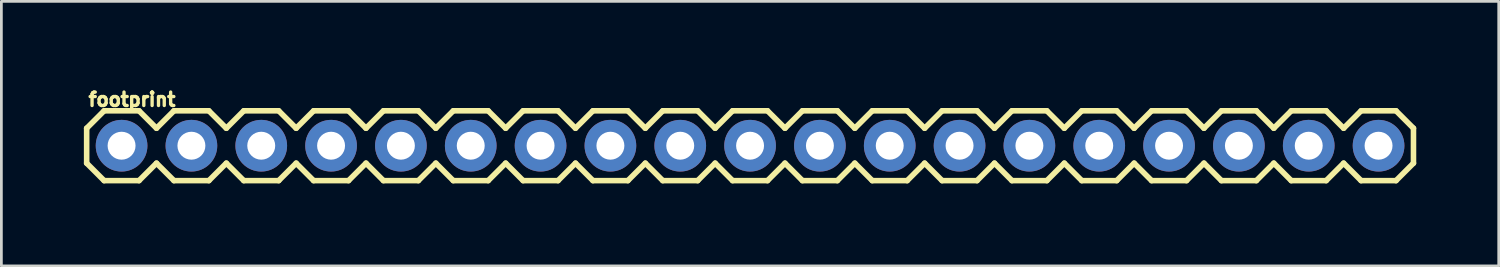
<source format=kicad_pcb>
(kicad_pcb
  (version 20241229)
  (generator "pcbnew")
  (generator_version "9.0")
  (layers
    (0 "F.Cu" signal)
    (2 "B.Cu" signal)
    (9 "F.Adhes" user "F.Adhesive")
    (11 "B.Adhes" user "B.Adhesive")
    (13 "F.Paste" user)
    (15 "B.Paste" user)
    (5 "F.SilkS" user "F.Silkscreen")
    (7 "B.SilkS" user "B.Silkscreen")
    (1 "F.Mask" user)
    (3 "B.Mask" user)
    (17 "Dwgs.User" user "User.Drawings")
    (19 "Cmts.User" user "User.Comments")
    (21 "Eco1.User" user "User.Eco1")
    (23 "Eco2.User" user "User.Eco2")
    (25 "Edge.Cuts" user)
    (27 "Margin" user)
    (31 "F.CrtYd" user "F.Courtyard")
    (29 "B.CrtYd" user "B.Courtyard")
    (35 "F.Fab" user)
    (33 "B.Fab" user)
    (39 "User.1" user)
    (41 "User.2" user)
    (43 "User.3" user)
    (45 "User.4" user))
  (footprint "footprint"
    (layer "F.Cu")
    (at 1.372 2.25)
    (property "Reference" "footprint" (at -1.27 -1.397 0) (layer "F.SilkS") (effects (font (size 0.488 0.488) (thickness 0.122)) (justify left bottom)))
    (fp_line (start -1.27 -0.635) (end -1.27 0.635) (stroke (width 0.203) (type solid)) (layer "F.SilkS"))
    (fp_line (start -1.27 0.635) (end -0.635 1.27) (stroke (width 0.203) (type solid)) (layer "F.SilkS"))
    (fp_line (start -0.635 -1.27) (end -1.27 -0.635) (stroke (width 0.203) (type solid)) (layer "F.SilkS"))
    (fp_line (start -0.635 -1.27) (end 0.635 -1.27) (stroke (width 0.203) (type solid)) (layer "F.SilkS"))
    (fp_line (start 0.635 -1.27) (end 1.27 -0.635) (stroke (width 0.203) (type solid)) (layer "F.SilkS"))
    (fp_line (start 0.635 1.27) (end -0.635 1.27) (stroke (width 0.203) (type solid)) (layer "F.SilkS"))
    (fp_line (start 1.27 -0.635) (end 1.905 -1.27) (stroke (width 0.203) (type solid)) (layer "F.SilkS"))
    (fp_line (start 1.27 0.635) (end 0.635 1.27) (stroke (width 0.203) (type solid)) (layer "F.SilkS"))
    (fp_line (start 1.905 -1.27) (end 3.175 -1.27) (stroke (width 0.203) (type solid)) (layer "F.SilkS"))
    (fp_line (start 1.905 1.27) (end 1.27 0.635) (stroke (width 0.203) (type solid)) (layer "F.SilkS"))
    (fp_line (start 3.175 -1.27) (end 3.81 -0.635) (stroke (width 0.203) (type solid)) (layer "F.SilkS"))
    (fp_line (start 3.175 1.27) (end 1.905 1.27) (stroke (width 0.203) (type solid)) (layer "F.SilkS"))
    (fp_line (start 3.81 -0.635) (end 4.445 -1.27) (stroke (width 0.203) (type solid)) (layer "F.SilkS"))
    (fp_line (start 3.81 0.635) (end 3.175 1.27) (stroke (width 0.203) (type solid)) (layer "F.SilkS"))
    (fp_line (start 4.445 -1.27) (end 5.715 -1.27) (stroke (width 0.203) (type solid)) (layer "F.SilkS"))
    (fp_line (start 4.445 1.27) (end 3.81 0.635) (stroke (width 0.203) (type solid)) (layer "F.SilkS"))
    (fp_line (start 5.715 -1.27) (end 6.35 -0.635) (stroke (width 0.203) (type solid)) (layer "F.SilkS"))
    (fp_line (start 5.715 1.27) (end 4.445 1.27) (stroke (width 0.203) (type solid)) (layer "F.SilkS"))
    (fp_line (start 6.35 0.635) (end 5.715 1.27) (stroke (width 0.203) (type solid)) (layer "F.SilkS"))
    (fp_line (start 6.35 0.635) (end 6.985 1.27) (stroke (width 0.203) (type solid)) (layer "F.SilkS"))
    (fp_line (start 6.985 -1.27) (end 6.35 -0.635) (stroke (width 0.203) (type solid)) (layer "F.SilkS"))
    (fp_line (start 6.985 -1.27) (end 8.255 -1.27) (stroke (width 0.203) (type solid)) (layer "F.SilkS"))
    (fp_line (start 8.255 -1.27) (end 8.89 -0.635) (stroke (width 0.203) (type solid)) (layer "F.SilkS"))
    (fp_line (start 8.255 1.27) (end 6.985 1.27) (stroke (width 0.203) (type solid)) (layer "F.SilkS"))
    (fp_line (start 8.89 -0.635) (end 9.525 -1.27) (stroke (width 0.203) (type solid)) (layer "F.SilkS"))
    (fp_line (start 8.89 0.635) (end 8.255 1.27) (stroke (width 0.203) (type solid)) (layer "F.SilkS"))
    (fp_line (start 9.525 -1.27) (end 10.795 -1.27) (stroke (width 0.203) (type solid)) (layer "F.SilkS"))
    (fp_line (start 9.525 1.27) (end 8.89 0.635) (stroke (width 0.203) (type solid)) (layer "F.SilkS"))
    (fp_line (start 10.795 -1.27) (end 11.43 -0.635) (stroke (width 0.203) (type solid)) (layer "F.SilkS"))
    (fp_line (start 10.795 1.27) (end 9.525 1.27) (stroke (width 0.203) (type solid)) (layer "F.SilkS"))
    (fp_line (start 11.43 -0.635) (end 12.065 -1.27) (stroke (width 0.203) (type solid)) (layer "F.SilkS"))
    (fp_line (start 11.43 0.635) (end 10.795 1.27) (stroke (width 0.203) (type solid)) (layer "F.SilkS"))
    (fp_line (start 12.065 -1.27) (end 13.335 -1.27) (stroke (width 0.203) (type solid)) (layer "F.SilkS"))
    (fp_line (start 12.065 1.27) (end 11.43 0.635) (stroke (width 0.203) (type solid)) (layer "F.SilkS"))
    (fp_line (start 13.335 -1.27) (end 13.97 -0.635) (stroke (width 0.203) (type solid)) (layer "F.SilkS"))
    (fp_line (start 13.335 1.27) (end 12.065 1.27) (stroke (width 0.203) (type solid)) (layer "F.SilkS"))
    (fp_line (start 13.97 0.635) (end 13.335 1.27) (stroke (width 0.203) (type solid)) (layer "F.SilkS"))
    (fp_line (start 13.97 0.635) (end 14.605 1.27) (stroke (width 0.203) (type solid)) (layer "F.SilkS"))
    (fp_line (start 14.605 -1.27) (end 13.97 -0.635) (stroke (width 0.203) (type solid)) (layer "F.SilkS"))
    (fp_line (start 14.605 -1.27) (end 15.875 -1.27) (stroke (width 0.203) (type solid)) (layer "F.SilkS"))
    (fp_line (start 15.875 -1.27) (end 16.51 -0.635) (stroke (width 0.203) (type solid)) (layer "F.SilkS"))
    (fp_line (start 15.875 1.27) (end 14.605 1.27) (stroke (width 0.203) (type solid)) (layer "F.SilkS"))
    (fp_line (start 16.51 0.635) (end 15.875 1.27) (stroke (width 0.203) (type solid)) (layer "F.SilkS"))
    (fp_line (start 16.51 0.635) (end 17.145 1.27) (stroke (width 0.203) (type solid)) (layer "F.SilkS"))
    (fp_line (start 17.145 -1.27) (end 16.51 -0.635) (stroke (width 0.203) (type solid)) (layer "F.SilkS"))
    (fp_line (start 17.145 -1.27) (end 18.415 -1.27) (stroke (width 0.203) (type solid)) (layer "F.SilkS"))
    (fp_line (start 18.415 -1.27) (end 19.05 -0.635) (stroke (width 0.203) (type solid)) (layer "F.SilkS"))
    (fp_line (start 18.415 1.27) (end 17.145 1.27) (stroke (width 0.203) (type solid)) (layer "F.SilkS"))
    (fp_line (start 19.05 -0.635) (end 19.685 -1.27) (stroke (width 0.203) (type solid)) (layer "F.SilkS"))
    (fp_line (start 19.05 0.635) (end 18.415 1.27) (stroke (width 0.203) (type solid)) (layer "F.SilkS"))
    (fp_line (start 19.685 -1.27) (end 20.955 -1.27) (stroke (width 0.203) (type solid)) (layer "F.SilkS"))
    (fp_line (start 19.685 1.27) (end 19.05 0.635) (stroke (width 0.203) (type solid)) (layer "F.SilkS"))
    (fp_line (start 20.955 -1.27) (end 21.59 -0.635) (stroke (width 0.203) (type solid)) (layer "F.SilkS"))
    (fp_line (start 20.955 1.27) (end 19.685 1.27) (stroke (width 0.203) (type solid)) (layer "F.SilkS"))
    (fp_line (start 21.59 -0.635) (end 22.225 -1.27) (stroke (width 0.203) (type solid)) (layer "F.SilkS"))
    (fp_line (start 21.59 0.635) (end 20.955 1.27) (stroke (width 0.203) (type solid)) (layer "F.SilkS"))
    (fp_line (start 22.225 -1.27) (end 23.495 -1.27) (stroke (width 0.203) (type solid)) (layer "F.SilkS"))
    (fp_line (start 22.225 1.27) (end 21.59 0.635) (stroke (width 0.203) (type solid)) (layer "F.SilkS"))
    (fp_line (start 23.495 -1.27) (end 24.13 -0.635) (stroke (width 0.203) (type solid)) (layer "F.SilkS"))
    (fp_line (start 23.495 1.27) (end 22.225 1.27) (stroke (width 0.203) (type solid)) (layer "F.SilkS"))
    (fp_line (start 24.13 0.635) (end 23.495 1.27) (stroke (width 0.203) (type solid)) (layer "F.SilkS"))
    (fp_line (start 24.13 0.635) (end 24.765 1.27) (stroke (width 0.203) (type solid)) (layer "F.SilkS"))
    (fp_line (start 24.765 -1.27) (end 24.13 -0.635) (stroke (width 0.203) (type solid)) (layer "F.SilkS"))
    (fp_line (start 24.765 -1.27) (end 26.035 -1.27) (stroke (width 0.203) (type solid)) (layer "F.SilkS"))
    (fp_line (start 26.035 -1.27) (end 26.67 -0.635) (stroke (width 0.203) (type solid)) (layer "F.SilkS"))
    (fp_line (start 26.035 1.27) (end 24.765 1.27) (stroke (width 0.203) (type solid)) (layer "F.SilkS"))
    (fp_line (start 26.67 -0.635) (end 27.305 -1.27) (stroke (width 0.203) (type solid)) (layer "F.SilkS"))
    (fp_line (start 26.67 0.635) (end 26.035 1.27) (stroke (width 0.203) (type solid)) (layer "F.SilkS"))
    (fp_line (start 27.305 -1.27) (end 28.575 -1.27) (stroke (width 0.203) (type solid)) (layer "F.SilkS"))
    (fp_line (start 27.305 1.27) (end 26.67 0.635) (stroke (width 0.203) (type solid)) (layer "F.SilkS"))
    (fp_line (start 28.575 -1.27) (end 29.21 -0.635) (stroke (width 0.203) (type solid)) (layer "F.SilkS"))
    (fp_line (start 28.575 1.27) (end 27.305 1.27) (stroke (width 0.203) (type solid)) (layer "F.SilkS"))
    (fp_line (start 29.21 -0.635) (end 29.845 -1.27) (stroke (width 0.203) (type solid)) (layer "F.SilkS"))
    (fp_line (start 29.21 0.635) (end 28.575 1.27) (stroke (width 0.203) (type solid)) (layer "F.SilkS"))
    (fp_line (start 29.845 -1.27) (end 31.115 -1.27) (stroke (width 0.203) (type solid)) (layer "F.SilkS"))
    (fp_line (start 29.845 1.27) (end 29.21 0.635) (stroke (width 0.203) (type solid)) (layer "F.SilkS"))
    (fp_line (start 31.115 -1.27) (end 31.75 -0.635) (stroke (width 0.203) (type solid)) (layer "F.SilkS"))
    (fp_line (start 31.115 1.27) (end 29.845 1.27) (stroke (width 0.203) (type solid)) (layer "F.SilkS"))
    (fp_line (start 31.75 0.635) (end 31.115 1.27) (stroke (width 0.203) (type solid)) (layer "F.SilkS"))
    (fp_line (start 31.75 0.635) (end 32.385 1.27) (stroke (width 0.203) (type solid)) (layer "F.SilkS"))
    (fp_line (start 32.385 -1.27) (end 31.75 -0.635) (stroke (width 0.203) (type solid)) (layer "F.SilkS"))
    (fp_line (start 32.385 -1.27) (end 33.655 -1.27) (stroke (width 0.203) (type solid)) (layer "F.SilkS"))
    (fp_line (start 33.655 -1.27) (end 34.29 -0.635) (stroke (width 0.203) (type solid)) (layer "F.SilkS"))
    (fp_line (start 33.655 1.27) (end 32.385 1.27) (stroke (width 0.203) (type solid)) (layer "F.SilkS"))
    (fp_line (start 34.29 0.635) (end 33.655 1.27) (stroke (width 0.203) (type solid)) (layer "F.SilkS"))
    (fp_line (start 34.29 0.635) (end 34.925 1.27) (stroke (width 0.203) (type solid)) (layer "F.SilkS"))
    (fp_line (start 34.925 -1.27) (end 34.29 -0.635) (stroke (width 0.203) (type solid)) (layer "F.SilkS"))
    (fp_line (start 34.925 -1.27) (end 36.195 -1.27) (stroke (width 0.203) (type solid)) (layer "F.SilkS"))
    (fp_line (start 36.195 -1.27) (end 36.83 -0.635) (stroke (width 0.203) (type solid)) (layer "F.SilkS"))
    (fp_line (start 36.195 1.27) (end 34.925 1.27) (stroke (width 0.203) (type solid)) (layer "F.SilkS"))
    (fp_line (start 36.83 0.635) (end 36.195 1.27) (stroke (width 0.203) (type solid)) (layer "F.SilkS"))
    (fp_line (start 36.83 0.635) (end 37.465 1.27) (stroke (width 0.203) (type solid)) (layer "F.SilkS"))
    (fp_line (start 37.465 -1.27) (end 36.83 -0.635) (stroke (width 0.203) (type solid)) (layer "F.SilkS"))
    (fp_line (start 37.465 -1.27) (end 38.735 -1.27) (stroke (width 0.203) (type solid)) (layer "F.SilkS"))
    (fp_line (start 38.735 -1.27) (end 39.37 -0.635) (stroke (width 0.203) (type solid)) (layer "F.SilkS"))
    (fp_line (start 38.735 1.27) (end 37.465 1.27) (stroke (width 0.203) (type solid)) (layer "F.SilkS"))
    (fp_line (start 39.37 0.635) (end 38.735 1.27) (stroke (width 0.203) (type solid)) (layer "F.SilkS"))
    (fp_line (start 39.37 0.635) (end 40.005 1.27) (stroke (width 0.203) (type solid)) (layer "F.SilkS"))
    (fp_line (start 40.005 -1.27) (end 39.37 -0.635) (stroke (width 0.203) (type solid)) (layer "F.SilkS"))
    (fp_line (start 40.005 -1.27) (end 41.275 -1.27) (stroke (width 0.203) (type solid)) (layer "F.SilkS"))
    (fp_line (start 41.275 -1.27) (end 41.91 -0.635) (stroke (width 0.203) (type solid)) (layer "F.SilkS"))
    (fp_line (start 41.275 1.27) (end 40.005 1.27) (stroke (width 0.203) (type solid)) (layer "F.SilkS"))
    (fp_line (start 41.91 0.635) (end 41.275 1.27) (stroke (width 0.203) (type solid)) (layer "F.SilkS"))
    (fp_line (start 41.91 0.635) (end 42.545 1.27) (stroke (width 0.203) (type solid)) (layer "F.SilkS"))
    (fp_line (start 42.545 -1.27) (end 41.91 -0.635) (stroke (width 0.203) (type solid)) (layer "F.SilkS"))
    (fp_line (start 42.545 -1.27) (end 43.815 -1.27) (stroke (width 0.203) (type solid)) (layer "F.SilkS"))
    (fp_line (start 43.815 -1.27) (end 44.45 -0.635) (stroke (width 0.203) (type solid)) (layer "F.SilkS"))
    (fp_line (start 43.815 1.27) (end 42.545 1.27) (stroke (width 0.203) (type solid)) (layer "F.SilkS"))
    (fp_line (start 44.45 0.635) (end 43.815 1.27) (stroke (width 0.203) (type solid)) (layer "F.SilkS"))
    (fp_line (start 44.45 0.635) (end 45.085 1.27) (stroke (width 0.203) (type solid)) (layer "F.SilkS"))
    (fp_line (start 45.085 -1.27) (end 44.45 -0.635) (stroke (width 0.203) (type solid)) (layer "F.SilkS"))
    (fp_line (start 45.085 -1.27) (end 46.355 -1.27) (stroke (width 0.203) (type solid)) (layer "F.SilkS"))
    (fp_line (start 46.355 -1.27) (end 46.99 -0.635) (stroke (width 0.203) (type solid)) (layer "F.SilkS"))
    (fp_line (start 46.355 1.27) (end 45.085 1.27) (stroke (width 0.203) (type solid)) (layer "F.SilkS"))
    (fp_line (start 46.99 -0.635) (end 46.99 0.635) (stroke (width 0.203) (type solid)) (layer "F.SilkS"))
    (fp_line (start 46.99 0.635) (end 46.355 1.27) (stroke (width 0.203) (type solid)) (layer "F.SilkS"))
    (fp_poly (pts (xy -0.254 0.254) (xy 0.254 0.254) (xy 0.254 -0.254) (xy -0.254 -0.254)) (stroke (width 0.1) (type solid)) (fill no) (layer "F.Fab"))
    (fp_poly (pts (xy 2.286 0.254) (xy 2.794 0.254) (xy 2.794 -0.254) (xy 2.286 -0.254)) (stroke (width 0.1) (type solid)) (fill no) (layer "F.Fab"))
    (fp_poly (pts (xy 4.826 0.254) (xy 5.334 0.254) (xy 5.334 -0.254) (xy 4.826 -0.254)) (stroke (width 0.1) (type solid)) (fill no) (layer "F.Fab"))
    (fp_poly (pts (xy 7.366 0.254) (xy 7.874 0.254) (xy 7.874 -0.254) (xy 7.366 -0.254)) (stroke (width 0.1) (type solid)) (fill no) (layer "F.Fab"))
    (fp_poly (pts (xy 9.906 0.254) (xy 10.414 0.254) (xy 10.414 -0.254) (xy 9.906 -0.254)) (stroke (width 0.1) (type solid)) (fill no) (layer "F.Fab"))
    (fp_poly (pts (xy 12.446 0.254) (xy 12.954 0.254) (xy 12.954 -0.254) (xy 12.446 -0.254)) (stroke (width 0.1) (type solid)) (fill no) (layer "F.Fab"))
    (fp_poly (pts (xy 14.986 0.254) (xy 15.494 0.254) (xy 15.494 -0.254) (xy 14.986 -0.254)) (stroke (width 0.1) (type solid)) (fill no) (layer "F.Fab"))
    (fp_poly (pts (xy 17.526 0.254) (xy 18.034 0.254) (xy 18.034 -0.254) (xy 17.526 -0.254)) (stroke (width 0.1) (type solid)) (fill no) (layer "F.Fab"))
    (fp_poly (pts (xy 20.066 0.254) (xy 20.574 0.254) (xy 20.574 -0.254) (xy 20.066 -0.254)) (stroke (width 0.1) (type solid)) (fill no) (layer "F.Fab"))
    (fp_poly (pts (xy 22.606 0.254) (xy 23.114 0.254) (xy 23.114 -0.254) (xy 22.606 -0.254)) (stroke (width 0.1) (type solid)) (fill no) (layer "F.Fab"))
    (fp_poly (pts (xy 25.146 0.254) (xy 25.654 0.254) (xy 25.654 -0.254) (xy 25.146 -0.254)) (stroke (width 0.1) (type solid)) (fill no) (layer "F.Fab"))
    (fp_poly (pts (xy 27.686 0.254) (xy 28.194 0.254) (xy 28.194 -0.254) (xy 27.686 -0.254)) (stroke (width 0.1) (type solid)) (fill no) (layer "F.Fab"))
    (fp_poly (pts (xy 30.226 0.254) (xy 30.734 0.254) (xy 30.734 -0.254) (xy 30.226 -0.254)) (stroke (width 0.1) (type solid)) (fill no) (layer "F.Fab"))
    (fp_poly (pts (xy 32.766 0.254) (xy 33.274 0.254) (xy 33.274 -0.254) (xy 32.766 -0.254)) (stroke (width 0.1) (type solid)) (fill no) (layer "F.Fab"))
    (fp_poly (pts (xy 35.306 0.254) (xy 35.814 0.254) (xy 35.814 -0.254) (xy 35.306 -0.254)) (stroke (width 0.1) (type solid)) (fill no) (layer "F.Fab"))
    (fp_poly (pts (xy 37.846 0.254) (xy 38.354 0.254) (xy 38.354 -0.254) (xy 37.846 -0.254)) (stroke (width 0.1) (type solid)) (fill no) (layer "F.Fab"))
    (fp_poly (pts (xy 40.386 0.254) (xy 40.894 0.254) (xy 40.894 -0.254) (xy 40.386 -0.254)) (stroke (width 0.1) (type solid)) (fill no) (layer "F.Fab"))
    (fp_poly (pts (xy 42.926 0.254) (xy 43.434 0.254) (xy 43.434 -0.254) (xy 42.926 -0.254)) (stroke (width 0.1) (type solid)) (fill no) (layer "F.Fab"))
    (fp_poly (pts (xy 45.466 0.254) (xy 45.974 0.254) (xy 45.974 -0.254) (xy 45.466 -0.254)) (stroke (width 0.1) (type solid)) (fill no) (layer "F.Fab"))
    (pad "1" thru_hole circle (at 0 0 90) (size 1.88 1.88) (drill 1.016) (layers "*.Cu" "*.Mask"))
    (pad "2" thru_hole circle (at 2.54 0 90) (size 1.88 1.88) (drill 1.016) (layers "*.Cu" "*.Mask"))
    (pad "3" thru_hole circle (at 5.08 0 90) (size 1.88 1.88) (drill 1.016) (layers "*.Cu" "*.Mask"))
    (pad "4" thru_hole circle (at 7.62 0 90) (size 1.88 1.88) (drill 1.016) (layers "*.Cu" "*.Mask"))
    (pad "5" thru_hole circle (at 10.16 0 90) (size 1.88 1.88) (drill 1.016) (layers "*.Cu" "*.Mask"))
    (pad "6" thru_hole circle (at 12.7 0 90) (size 1.88 1.88) (drill 1.016) (layers "*.Cu" "*.Mask"))
    (pad "7" thru_hole circle (at 15.24 0 90) (size 1.88 1.88) (drill 1.016) (layers "*.Cu" "*.Mask"))
    (pad "8" thru_hole circle (at 17.78 0 90) (size 1.88 1.88) (drill 1.016) (layers "*.Cu" "*.Mask"))
    (pad "9" thru_hole circle (at 20.32 0 90) (size 1.88 1.88) (drill 1.016) (layers "*.Cu" "*.Mask"))
    (pad "10" thru_hole circle (at 22.86 0 90) (size 1.88 1.88) (drill 1.016) (layers "*.Cu" "*.Mask"))
    (pad "11" thru_hole circle (at 25.4 0 90) (size 1.88 1.88) (drill 1.016) (layers "*.Cu" "*.Mask"))
    (pad "12" thru_hole circle (at 27.94 0 90) (size 1.88 1.88) (drill 1.016) (layers "*.Cu" "*.Mask"))
    (pad "13" thru_hole circle (at 30.48 0 90) (size 1.88 1.88) (drill 1.016) (layers "*.Cu" "*.Mask"))
    (pad "14" thru_hole circle (at 33.02 0 90) (size 1.88 1.88) (drill 1.016) (layers "*.Cu" "*.Mask"))
    (pad "15" thru_hole circle (at 35.56 0 90) (size 1.88 1.88) (drill 1.016) (layers "*.Cu" "*.Mask"))
    (pad "16" thru_hole circle (at 38.1 0 90) (size 1.88 1.88) (drill 1.016) (layers "*.Cu" "*.Mask"))
    (pad "17" thru_hole circle (at 40.64 0 90) (size 1.88 1.88) (drill 1.016) (layers "*.Cu" "*.Mask"))
    (pad "18" thru_hole circle (at 43.18 0 90) (size 1.88 1.88) (drill 1.016) (layers "*.Cu" "*.Mask"))
    (pad "19" thru_hole circle (at 45.72 0 90) (size 1.88 1.88) (drill 1.016) (layers "*.Cu" "*.Mask")))
  (gr_rect
    (start -3 -3)
    (end 51.463 6.622)
    (stroke (width 0.1) (type default))
    (fill no)
    (layer "Edge.Cuts")))
</source>
